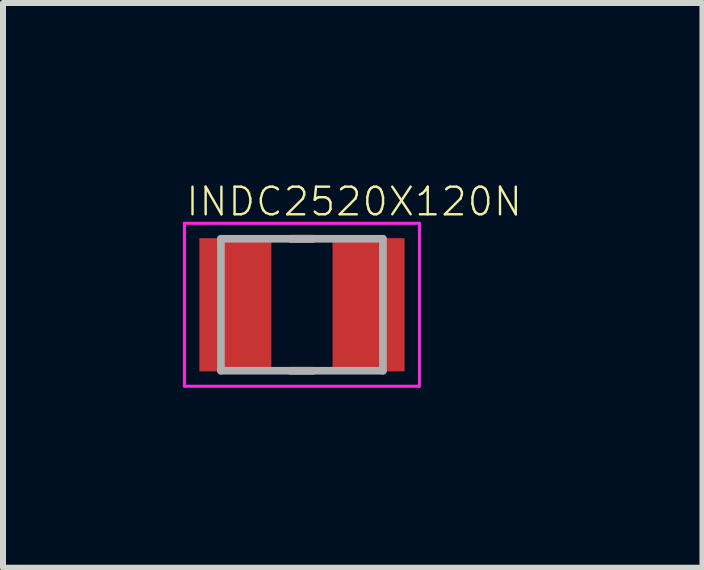
<source format=kicad_pcb>
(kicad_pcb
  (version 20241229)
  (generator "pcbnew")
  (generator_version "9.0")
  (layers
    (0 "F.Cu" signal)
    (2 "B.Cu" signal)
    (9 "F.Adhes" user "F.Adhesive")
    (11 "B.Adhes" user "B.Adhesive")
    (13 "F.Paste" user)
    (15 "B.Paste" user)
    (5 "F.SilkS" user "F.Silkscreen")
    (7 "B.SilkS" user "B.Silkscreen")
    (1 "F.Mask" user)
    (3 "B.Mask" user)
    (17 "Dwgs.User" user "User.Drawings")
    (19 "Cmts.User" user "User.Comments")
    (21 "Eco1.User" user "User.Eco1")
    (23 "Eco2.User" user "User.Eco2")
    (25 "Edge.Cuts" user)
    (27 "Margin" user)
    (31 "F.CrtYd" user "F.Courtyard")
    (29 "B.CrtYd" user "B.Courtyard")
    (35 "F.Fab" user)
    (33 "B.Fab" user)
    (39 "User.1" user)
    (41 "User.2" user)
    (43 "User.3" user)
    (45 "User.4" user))
  (footprint "INDC2520X120N"
    (layer "F.Cu")
    (at 1.983 2.03)
    (property "Reference" "INDC2520X120N" (at -1.96 -1.45 0) (layer "F.SilkS") (effects (font (size 0.46 0.46) (thickness 0.04)) (justify left bottom)))
    (fp_line (start -0.19 -1.1) (end 0.19 -1.1) (stroke (width 0.127) (type solid)) (layer "F.SilkS"))
    (fp_line (start -0.19 1.1) (end 0.19 1.1) (stroke (width 0.127) (type solid)) (layer "F.SilkS"))
    (fp_line (start -1.958 -1.358) (end 1.958 -1.358) (stroke (width 0.05) (type solid)) (layer "F.CrtYd"))
    (fp_line (start -1.958 1.358) (end -1.958 -1.358) (stroke (width 0.05) (type solid)) (layer "F.CrtYd"))
    (fp_line (start -1.958 1.358) (end 1.958 1.358) (stroke (width 0.05) (type solid)) (layer "F.CrtYd"))
    (fp_line (start 1.958 1.358) (end 1.958 -1.358) (stroke (width 0.05) (type solid)) (layer "F.CrtYd"))
    (fp_line (start -1.35 1.1) (end -1.35 -1.1) (stroke (width 0.127) (type solid)) (layer "F.Fab"))
    (fp_line (start 1.35 -1.1) (end -1.35 -1.1) (stroke (width 0.127) (type solid)) (layer "F.Fab"))
    (fp_line (start 1.35 1.1) (end -1.35 1.1) (stroke (width 0.127) (type solid)) (layer "F.Fab"))
    (fp_line (start 1.35 1.1) (end 1.35 -1.1) (stroke (width 0.127) (type solid)) (layer "F.Fab"))
    (pad "1" smd rect (at -1.11 0) (size 1.2 2.22) (layers "F.Cu" "F.Mask" "F.Paste"))
    (pad "2" smd rect (at 1.11 0) (size 1.2 2.22) (layers "F.Cu" "F.Mask" "F.Paste")))
  (gr_rect
    (start -3 -3)
    (end 8.659 6.413)
    (stroke (width 0.1) (type default))
    (fill no)
    (layer "Edge.Cuts")))
</source>
